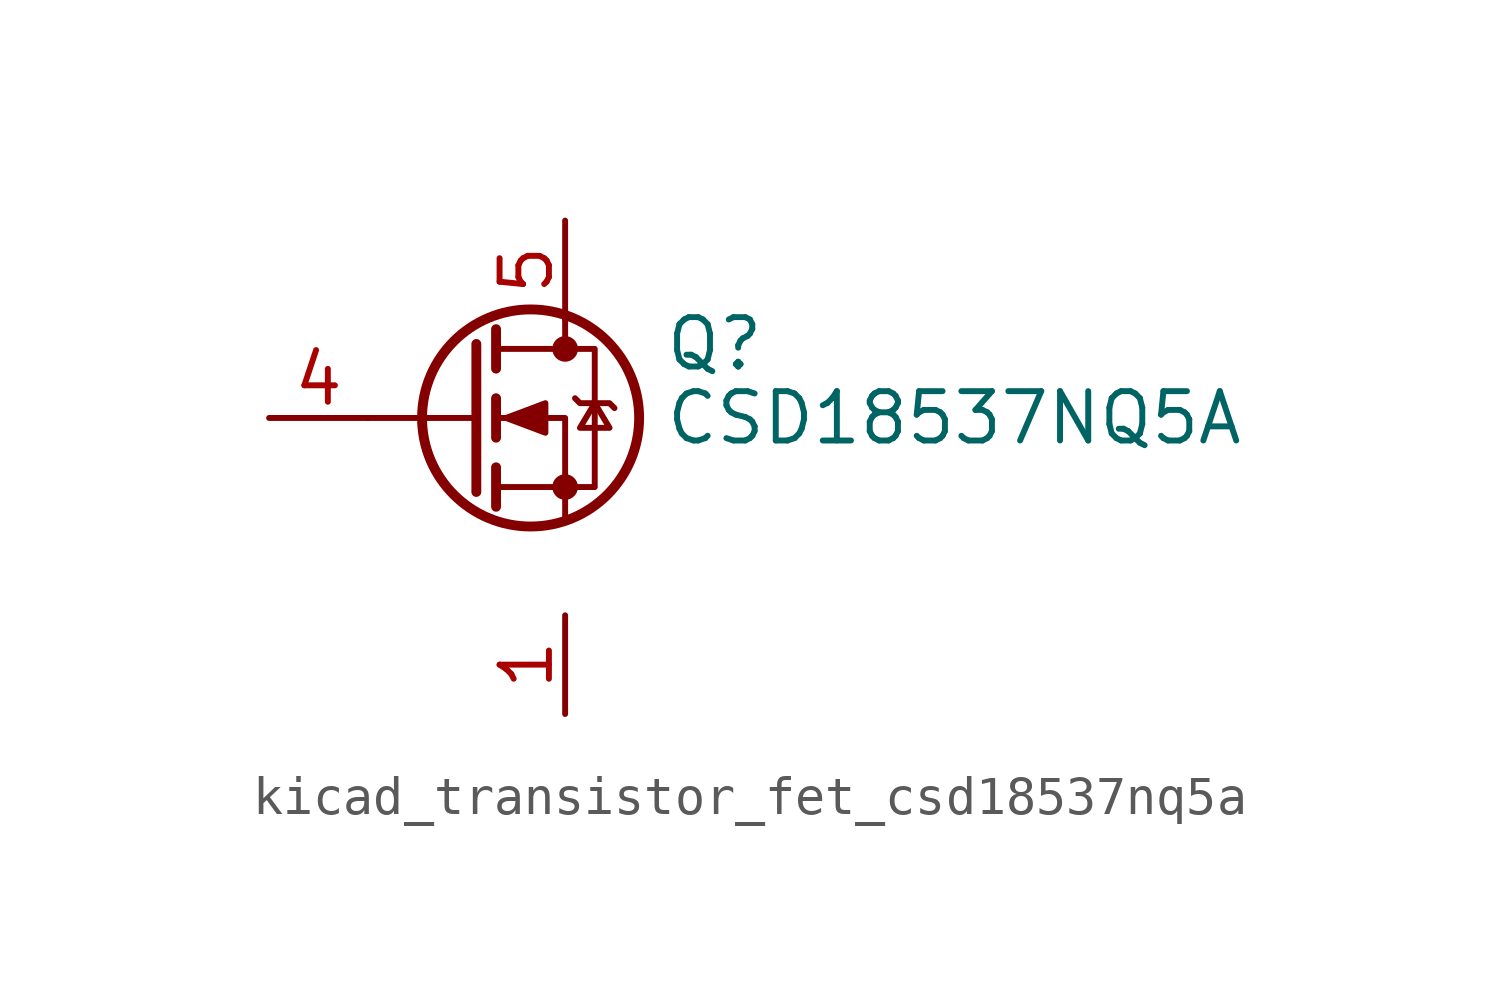
<source format=kicad_sym>
(kicad_symbol_lib
  (version 20220914)
  (generator kicad_symbol_editor)
  (symbol "kicad_transistor_fet_csd18537nq5a"
    (pin_names hide)
    (property "Reference" "Q"
      (at 5.08 1.905 0)
      (effects (font (size 1.27 1.27)) (justify left)))
    (property "Value" "CSD18537NQ5A"
      (at 5.08 0 0)
      (effects (font (size 1.27 1.27)) (justify left)))
    (symbol "kicad_transistor_fet_csd18537nq5a_0_1"
      (polyline (pts (xy 0.254 0) (xy -2.54 0)) (stroke (width 0) (type default)) (fill (type none)))
      (polyline (pts (xy 0.254 1.905) (xy 0.254 -1.905)) (stroke (width 0.254) (type default)) (fill (type none)))
      (polyline (pts (xy 0.762 -1.27) (xy 0.762 -2.286)) (stroke (width 0.254) (type default)) (fill (type none)))
      (polyline (pts (xy 0.762 0.508) (xy 0.762 -0.508)) (stroke (width 0.254) (type default)) (fill (type none)))
      (polyline (pts (xy 0.762 2.286) (xy 0.762 1.27)) (stroke (width 0.254) (type default)) (fill (type none)))
      (polyline (pts (xy 2.54 2.54) (xy 2.54 1.778)) (stroke (width 0) (type default)) (fill (type none)))
      (polyline (pts (xy 2.54 -2.54) (xy 2.54 0) (xy 0.762 0)) (stroke (width 0) (type default)) (fill (type none)))
      (polyline (pts (xy 0.762 -1.778) (xy 3.302 -1.778) (xy 3.302 1.778) (xy 0.762 1.778)) (stroke (width 0) (type default)) (fill (type none)))
      (polyline (pts (xy 1.016 0) (xy 2.032 0.381) (xy 2.032 -0.381) (xy 1.016 0)) (stroke (width 0) (type default)) (fill (type outline)))
      (polyline (pts (xy 2.794 0.508) (xy 2.921 0.381) (xy 3.683 0.381) (xy 3.81 0.254)) (stroke (width 0) (type default)) (fill (type none)))
      (polyline (pts (xy 3.302 0.381) (xy 2.921 -0.254) (xy 3.683 -0.254) (xy 3.302 0.381)) (stroke (width 0) (type default)) (fill (type none)))
      (circle (center 1.651 0) (radius 2.794) (stroke (width 0.254) (type default)) (fill (type none)))
      (circle (center 2.54 -1.778) (radius 0.254) (stroke (width 0) (type default)) (fill (type outline)))
      (circle (center 2.54 1.778) (radius 0.254) (stroke (width 0) (type default)) (fill (type outline))))
    (symbol "kicad_transistor_fet_csd18537nq5a_1_1"
      (pin passive line (at 2.54 -5.08 270) (length 2.54) (name "S" (effects (font (size 1.27 1.27)))) (number "1" (effects (font (size 1.27 1.27)))))
      (pin passive line (at 2.54 -5.08 270) (length 2.54) hide (name "S" (effects (font (size 1.27 1.27)))) (number "2" (effects (font (size 1.27 1.27)))))
      (pin passive line (at 2.54 -5.08 90) (length 2.54) hide (name "S" (effects (font (size 1.27 1.27)))) (number "3" (effects (font (size 1.27 1.27)))))
      (pin passive line (at -5.08 0 0) (length 2.54) (name "G" (effects (font (size 1.27 1.27)))) (number "4" (effects (font (size 1.27 1.27)))))
      (pin passive line (at 2.54 5.08 270) (length 2.54) (name "D" (effects (font (size 1.27 1.27)))) (number "5" (effects (font (size 1.27 1.27))))))))
</source>
